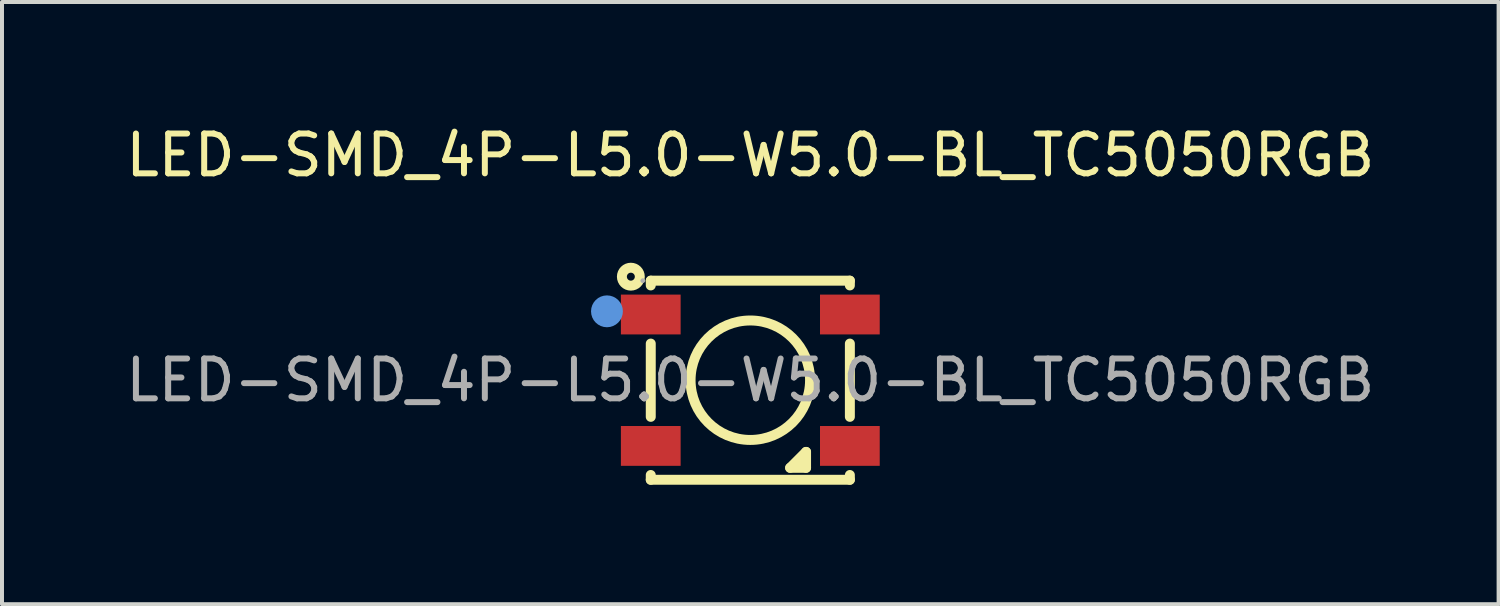
<source format=kicad_pcb>
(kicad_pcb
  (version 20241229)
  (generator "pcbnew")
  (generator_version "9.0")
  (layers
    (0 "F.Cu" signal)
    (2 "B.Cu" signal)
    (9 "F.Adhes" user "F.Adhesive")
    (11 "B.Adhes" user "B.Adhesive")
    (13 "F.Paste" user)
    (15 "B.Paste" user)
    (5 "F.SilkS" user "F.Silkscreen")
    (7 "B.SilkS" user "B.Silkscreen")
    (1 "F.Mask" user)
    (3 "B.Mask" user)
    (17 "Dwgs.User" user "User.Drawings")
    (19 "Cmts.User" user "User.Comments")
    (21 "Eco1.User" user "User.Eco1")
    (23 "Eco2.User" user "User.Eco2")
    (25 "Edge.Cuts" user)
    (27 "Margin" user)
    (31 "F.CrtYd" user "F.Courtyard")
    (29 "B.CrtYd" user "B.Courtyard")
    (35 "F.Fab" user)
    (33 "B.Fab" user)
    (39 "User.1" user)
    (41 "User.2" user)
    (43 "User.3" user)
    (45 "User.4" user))
  (footprint "LED-SMD_4P-L5.0-W5.0-BL_TC5050RGB"
    (layer "F.Cu")
    (at 15.792 6.498)
    (property "Reference" "LED-SMD_4P-L5.0-W5.0-BL_TC5050RGB" (at 0 -5.65 0) (layer "F.SilkS") (effects (font (size 1 1) (thickness 0.15))))
    (attr smd)
    (fp_line (start -2.5 -2.5) (end -2.5 -2.38) (stroke (width 0.25) (type solid)) (layer "F.SilkS"))
    (fp_line (start -2.5 -2.5) (end 2.5 -2.5) (stroke (width 0.25) (type solid)) (layer "F.SilkS"))
    (fp_line (start -2.5 -0.92) (end -2.5 0.92) (stroke (width 0.25) (type solid)) (layer "F.SilkS"))
    (fp_line (start -2.5 2.38) (end -2.5 2.5) (stroke (width 0.25) (type solid)) (layer "F.SilkS"))
    (fp_line (start -2.5 2.5) (end 2.5 2.5) (stroke (width 0.25) (type solid)) (layer "F.SilkS"))
    (fp_line (start 1 2.2) (end 1.4 1.8) (stroke (width 0.25) (type solid)) (layer "F.SilkS"))
    (fp_line (start 1.4 1.8) (end 1.4 2.2) (stroke (width 0.25) (type solid)) (layer "F.SilkS"))
    (fp_line (start 1.4 2.2) (end 1 2.2) (stroke (width 0.25) (type solid)) (layer "F.SilkS"))
    (fp_line (start 2.5 -2.5) (end 2.5 -2.38) (stroke (width 0.25) (type solid)) (layer "F.SilkS"))
    (fp_line (start 2.5 -0.92) (end 2.5 0.92) (stroke (width 0.25) (type solid)) (layer "F.SilkS"))
    (fp_line (start 2.5 2.38) (end 2.5 2.5) (stroke (width 0.25) (type solid)) (layer "F.SilkS"))
    (fp_circle (center -3 -2.6) (end -2.9 -2.6) (stroke (width 0.25) (type solid)) (fill no) (layer "F.SilkS"))
    (fp_circle (center 0 0) (end 1.5 0) (stroke (width 0.25) (type solid)) (fill no) (layer "F.SilkS"))
    (fp_circle (center -3.6 -1.73) (end -3.4 -1.73) (stroke (width 0.4) (type solid)) (fill no) (layer "Cmts.User"))
    (fp_circle (center -2.7 -2.5) (end -2.67 -2.5) (stroke (width 0.06) (type solid)) (fill no) (layer "F.Fab"))
    (fp_text user "${REFERENCE}" (at 0 0 0) (layer "F.Fab") (effects (font (size 1 1) (thickness 0.15))))
    (pad "1" smd rect (at -2.5 -1.65) (size 1.5 1) (layers "F.Cu" "F.Mask" "F.Paste"))
    (pad "2" smd rect (at -2.5 1.65) (size 1.5 1) (layers "F.Cu" "F.Mask" "F.Paste"))
    (pad "3" smd rect (at 2.5 1.65) (size 1.5 1) (layers "F.Cu" "F.Mask" "F.Paste"))
    (pad "4" smd rect (at 2.5 -1.65) (size 1.5 1) (layers "F.Cu" "F.Mask" "F.Paste")))
  (gr_rect
    (start -3 -3)
    (end 34.583 12.123)
    (stroke (width 0.1) (type default))
    (fill no)
    (layer "Edge.Cuts")))
</source>
